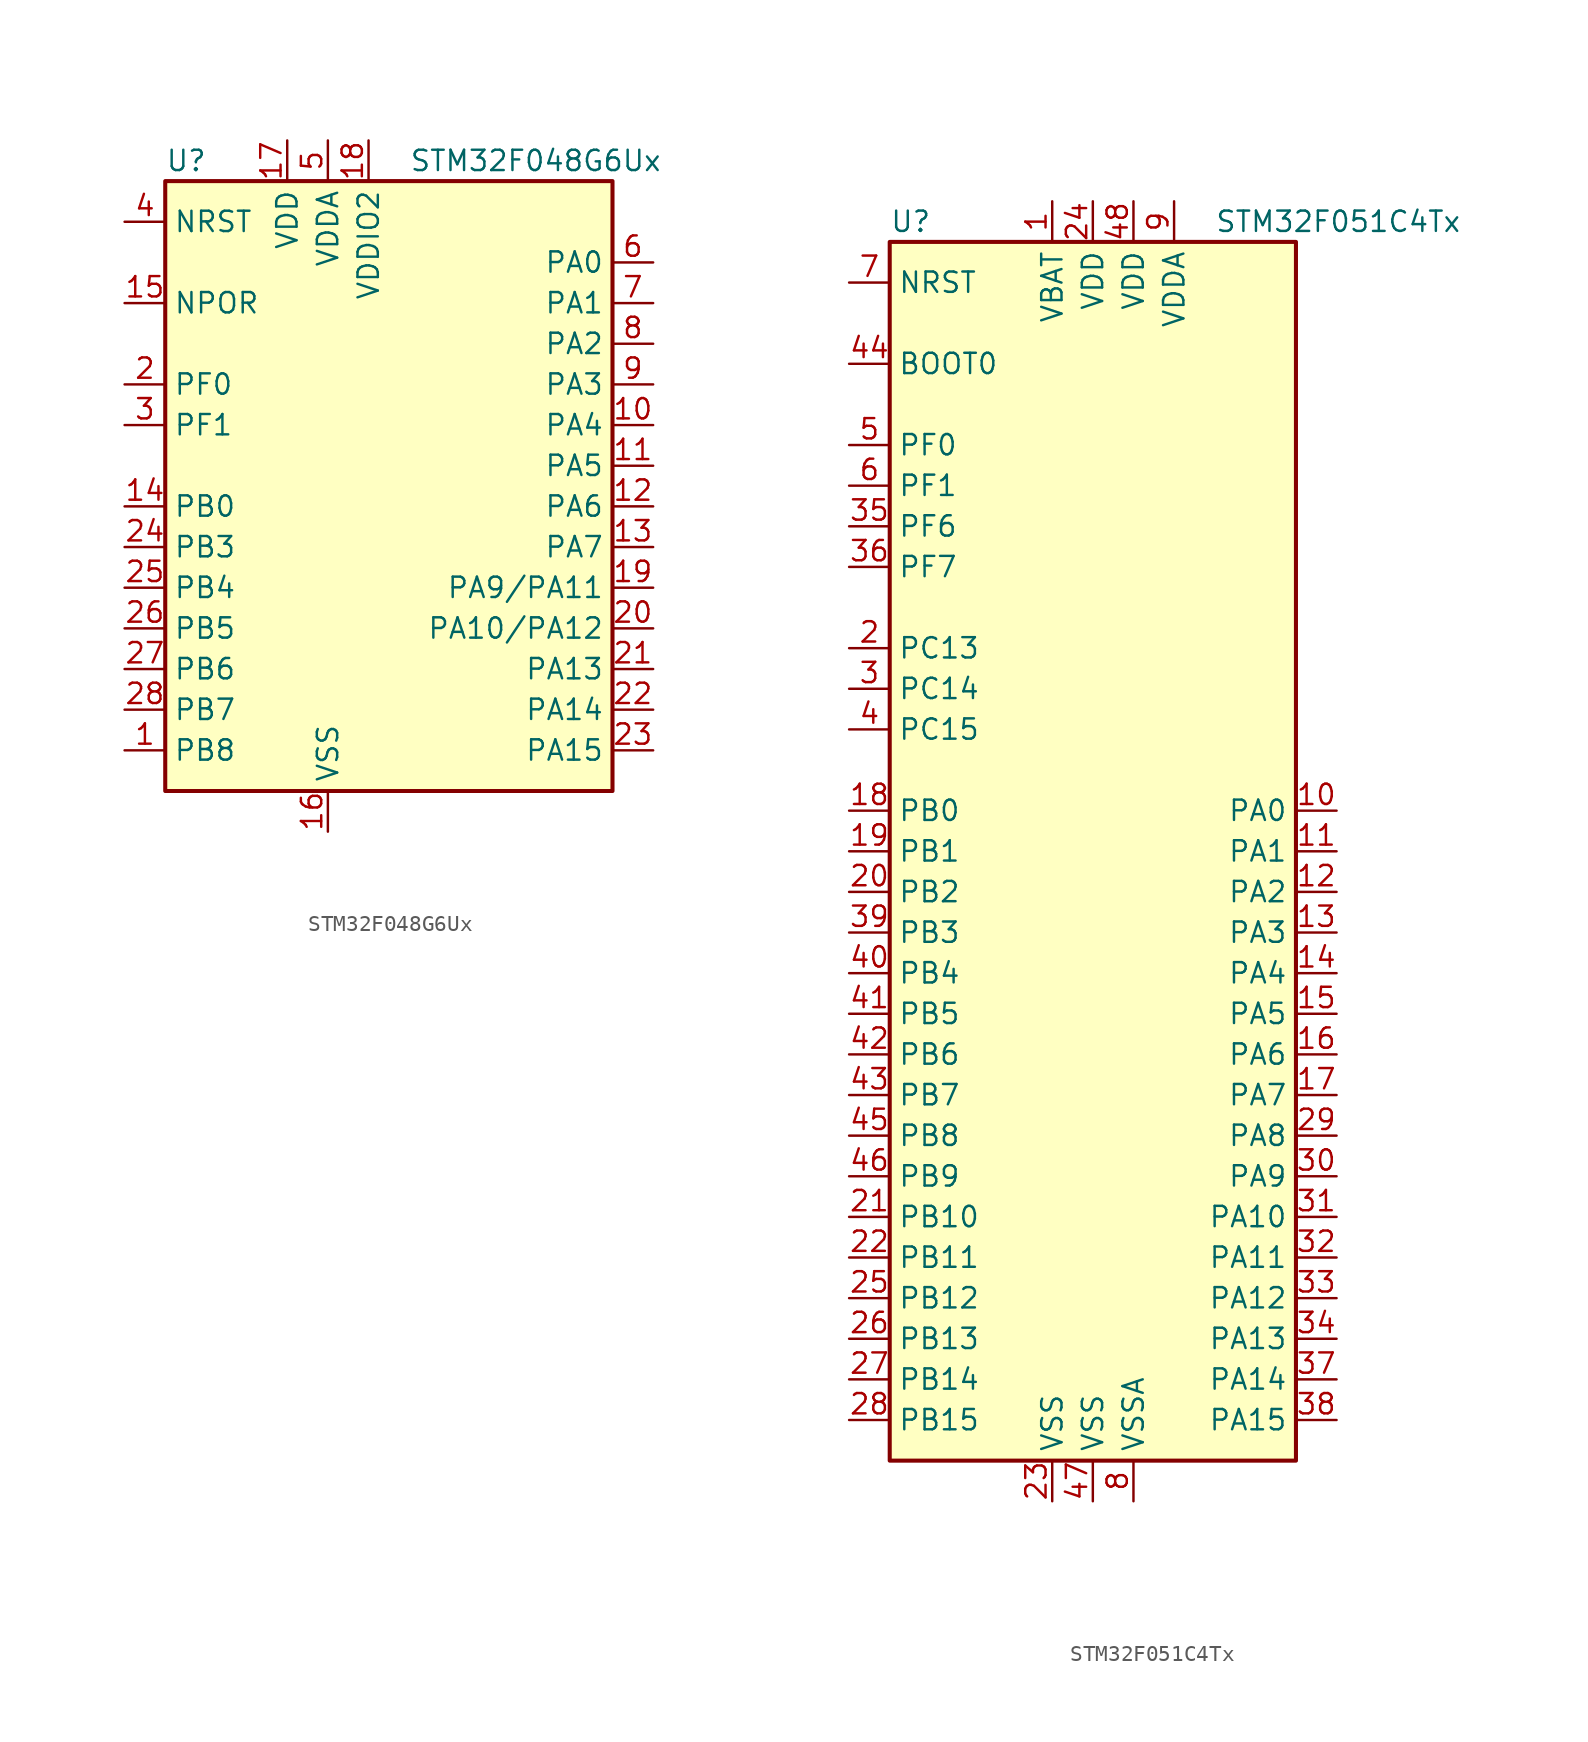
<source format=kicad_sym>
(kicad_symbol_lib
  (version 20201005)
  (generator kicad_symbol_editor)
  (symbol "MCU_ST_STM32F0:STM32F048G6Ux"
    (property "Reference" "U"
      (at -15.24 19.05 0)
      (effects (font (size 1.27 1.27)) (justify left)))
    (property "Value" "STM32F048G6Ux"
      (at 0 19.05 0)
      (effects (font (size 1.27 1.27)) (justify left)))
    (symbol "STM32F048G6Ux_0_1"
      (rectangle (start -15.24 -20.32) (end 12.7 17.78) (stroke (width 0.254)) (fill (type background))))
    (symbol "STM32F048G6Ux_1_1"
      (pin bidirectional line (at -17.78 -17.78 0) (length 2.54) (name "PB8" (effects (font (size 1.27 1.27)))) (number "1" (effects (font (size 1.27 1.27)))))
      (pin bidirectional line (at 15.24 2.54 180) (length 2.54) (name "PA4" (effects (font (size 1.27 1.27)))) (number "10" (effects (font (size 1.27 1.27)))))
      (pin bidirectional line (at 15.24 0 180) (length 2.54) (name "PA5" (effects (font (size 1.27 1.27)))) (number "11" (effects (font (size 1.27 1.27)))))
      (pin bidirectional line (at 15.24 -2.54 180) (length 2.54) (name "PA6" (effects (font (size 1.27 1.27)))) (number "12" (effects (font (size 1.27 1.27)))))
      (pin bidirectional line (at 15.24 -5.08 180) (length 2.54) (name "PA7" (effects (font (size 1.27 1.27)))) (number "13" (effects (font (size 1.27 1.27)))))
      (pin bidirectional line (at -17.78 -2.54 0) (length 2.54) (name "PB0" (effects (font (size 1.27 1.27)))) (number "14" (effects (font (size 1.27 1.27)))))
      (pin power_in line (at -17.78 10.16 0) (length 2.54) (name "NPOR" (effects (font (size 1.27 1.27)))) (number "15" (effects (font (size 1.27 1.27)))))
      (pin power_in line (at -5.08 -22.86 90) (length 2.54) (name "VSS" (effects (font (size 1.27 1.27)))) (number "16" (effects (font (size 1.27 1.27)))))
      (pin power_in line (at -7.62 20.32 270) (length 2.54) (name "VDD" (effects (font (size 1.27 1.27)))) (number "17" (effects (font (size 1.27 1.27)))))
      (pin power_in line (at -2.54 20.32 270) (length 2.54) (name "VDDIO2" (effects (font (size 1.27 1.27)))) (number "18" (effects (font (size 1.27 1.27)))))
      (pin bidirectional line (at 15.24 -7.62 180) (length 2.54) (name "PA9/PA11" (effects (font (size 1.27 1.27)))) (number "19" (effects (font (size 1.27 1.27)))))
      (pin input line (at -17.78 5.08 0) (length 2.54) (name "PF0" (effects (font (size 1.27 1.27)))) (number "2" (effects (font (size 1.27 1.27)))))
      (pin bidirectional line (at 15.24 -10.16 180) (length 2.54) (name "PA10/PA12" (effects (font (size 1.27 1.27)))) (number "20" (effects (font (size 1.27 1.27)))))
      (pin bidirectional line (at 15.24 -12.7 180) (length 2.54) (name "PA13" (effects (font (size 1.27 1.27)))) (number "21" (effects (font (size 1.27 1.27)))))
      (pin bidirectional line (at 15.24 -15.24 180) (length 2.54) (name "PA14" (effects (font (size 1.27 1.27)))) (number "22" (effects (font (size 1.27 1.27)))))
      (pin bidirectional line (at 15.24 -17.78 180) (length 2.54) (name "PA15" (effects (font (size 1.27 1.27)))) (number "23" (effects (font (size 1.27 1.27)))))
      (pin bidirectional line (at -17.78 -5.08 0) (length 2.54) (name "PB3" (effects (font (size 1.27 1.27)))) (number "24" (effects (font (size 1.27 1.27)))))
      (pin bidirectional line (at -17.78 -7.62 0) (length 2.54) (name "PB4" (effects (font (size 1.27 1.27)))) (number "25" (effects (font (size 1.27 1.27)))))
      (pin bidirectional line (at -17.78 -10.16 0) (length 2.54) (name "PB5" (effects (font (size 1.27 1.27)))) (number "26" (effects (font (size 1.27 1.27)))))
      (pin bidirectional line (at -17.78 -12.7 0) (length 2.54) (name "PB6" (effects (font (size 1.27 1.27)))) (number "27" (effects (font (size 1.27 1.27)))))
      (pin bidirectional line (at -17.78 -15.24 0) (length 2.54) (name "PB7" (effects (font (size 1.27 1.27)))) (number "28" (effects (font (size 1.27 1.27)))))
      (pin input line (at -17.78 2.54 0) (length 2.54) (name "PF1" (effects (font (size 1.27 1.27)))) (number "3" (effects (font (size 1.27 1.27)))))
      (pin input line (at -17.78 15.24 0) (length 2.54) (name "NRST" (effects (font (size 1.27 1.27)))) (number "4" (effects (font (size 1.27 1.27)))))
      (pin power_in line (at -5.08 20.32 270) (length 2.54) (name "VDDA" (effects (font (size 1.27 1.27)))) (number "5" (effects (font (size 1.27 1.27)))))
      (pin bidirectional line (at 15.24 12.7 180) (length 2.54) (name "PA0" (effects (font (size 1.27 1.27)))) (number "6" (effects (font (size 1.27 1.27)))))
      (pin bidirectional line (at 15.24 10.16 180) (length 2.54) (name "PA1" (effects (font (size 1.27 1.27)))) (number "7" (effects (font (size 1.27 1.27)))))
      (pin bidirectional line (at 15.24 7.62 180) (length 2.54) (name "PA2" (effects (font (size 1.27 1.27)))) (number "8" (effects (font (size 1.27 1.27)))))
      (pin bidirectional line (at 15.24 5.08 180) (length 2.54) (name "PA3" (effects (font (size 1.27 1.27)))) (number "9" (effects (font (size 1.27 1.27)))))))
  (symbol "MCU_ST_STM32F0:STM32F051C4Tx"
    (property "Reference" "U"
      (at -12.7 39.37 0)
      (effects (font (size 1.27 1.27)) (justify left)))
    (property "Value" "STM32F051C4Tx"
      (at 7.62 39.37 0)
      (effects (font (size 1.27 1.27)) (justify left)))
    (symbol "STM32F051C4Tx_0_1"
      (rectangle (start -12.7 -38.1) (end 12.7 38.1) (stroke (width 0.254)) (fill (type background))))
    (symbol "STM32F051C4Tx_1_1"
      (pin power_in line (at -2.54 40.64 270) (length 2.54) (name "VBAT" (effects (font (size 1.27 1.27)))) (number "1" (effects (font (size 1.27 1.27)))))
      (pin bidirectional line (at 15.24 2.54 180) (length 2.54) (name "PA0" (effects (font (size 1.27 1.27)))) (number "10" (effects (font (size 1.27 1.27)))))
      (pin bidirectional line (at 15.24 0 180) (length 2.54) (name "PA1" (effects (font (size 1.27 1.27)))) (number "11" (effects (font (size 1.27 1.27)))))
      (pin bidirectional line (at 15.24 -2.54 180) (length 2.54) (name "PA2" (effects (font (size 1.27 1.27)))) (number "12" (effects (font (size 1.27 1.27)))))
      (pin bidirectional line (at 15.24 -5.08 180) (length 2.54) (name "PA3" (effects (font (size 1.27 1.27)))) (number "13" (effects (font (size 1.27 1.27)))))
      (pin bidirectional line (at 15.24 -7.62 180) (length 2.54) (name "PA4" (effects (font (size 1.27 1.27)))) (number "14" (effects (font (size 1.27 1.27)))))
      (pin bidirectional line (at 15.24 -10.16 180) (length 2.54) (name "PA5" (effects (font (size 1.27 1.27)))) (number "15" (effects (font (size 1.27 1.27)))))
      (pin bidirectional line (at 15.24 -12.7 180) (length 2.54) (name "PA6" (effects (font (size 1.27 1.27)))) (number "16" (effects (font (size 1.27 1.27)))))
      (pin bidirectional line (at 15.24 -15.24 180) (length 2.54) (name "PA7" (effects (font (size 1.27 1.27)))) (number "17" (effects (font (size 1.27 1.27)))))
      (pin bidirectional line (at -15.24 2.54 0) (length 2.54) (name "PB0" (effects (font (size 1.27 1.27)))) (number "18" (effects (font (size 1.27 1.27)))))
      (pin bidirectional line (at -15.24 0 0) (length 2.54) (name "PB1" (effects (font (size 1.27 1.27)))) (number "19" (effects (font (size 1.27 1.27)))))
      (pin bidirectional line (at -15.24 12.7 0) (length 2.54) (name "PC13" (effects (font (size 1.27 1.27)))) (number "2" (effects (font (size 1.27 1.27)))))
      (pin bidirectional line (at -15.24 -2.54 0) (length 2.54) (name "PB2" (effects (font (size 1.27 1.27)))) (number "20" (effects (font (size 1.27 1.27)))))
      (pin bidirectional line (at -15.24 -22.86 0) (length 2.54) (name "PB10" (effects (font (size 1.27 1.27)))) (number "21" (effects (font (size 1.27 1.27)))))
      (pin bidirectional line (at -15.24 -25.4 0) (length 2.54) (name "PB11" (effects (font (size 1.27 1.27)))) (number "22" (effects (font (size 1.27 1.27)))))
      (pin power_in line (at -2.54 -40.64 90) (length 2.54) (name "VSS" (effects (font (size 1.27 1.27)))) (number "23" (effects (font (size 1.27 1.27)))))
      (pin power_in line (at 0 40.64 270) (length 2.54) (name "VDD" (effects (font (size 1.27 1.27)))) (number "24" (effects (font (size 1.27 1.27)))))
      (pin bidirectional line (at -15.24 -27.94 0) (length 2.54) (name "PB12" (effects (font (size 1.27 1.27)))) (number "25" (effects (font (size 1.27 1.27)))))
      (pin bidirectional line (at -15.24 -30.48 0) (length 2.54) (name "PB13" (effects (font (size 1.27 1.27)))) (number "26" (effects (font (size 1.27 1.27)))))
      (pin bidirectional line (at -15.24 -33.02 0) (length 2.54) (name "PB14" (effects (font (size 1.27 1.27)))) (number "27" (effects (font (size 1.27 1.27)))))
      (pin bidirectional line (at -15.24 -35.56 0) (length 2.54) (name "PB15" (effects (font (size 1.27 1.27)))) (number "28" (effects (font (size 1.27 1.27)))))
      (pin bidirectional line (at 15.24 -17.78 180) (length 2.54) (name "PA8" (effects (font (size 1.27 1.27)))) (number "29" (effects (font (size 1.27 1.27)))))
      (pin bidirectional line (at -15.24 10.16 0) (length 2.54) (name "PC14" (effects (font (size 1.27 1.27)))) (number "3" (effects (font (size 1.27 1.27)))))
      (pin bidirectional line (at 15.24 -20.32 180) (length 2.54) (name "PA9" (effects (font (size 1.27 1.27)))) (number "30" (effects (font (size 1.27 1.27)))))
      (pin bidirectional line (at 15.24 -22.86 180) (length 2.54) (name "PA10" (effects (font (size 1.27 1.27)))) (number "31" (effects (font (size 1.27 1.27)))))
      (pin bidirectional line (at 15.24 -25.4 180) (length 2.54) (name "PA11" (effects (font (size 1.27 1.27)))) (number "32" (effects (font (size 1.27 1.27)))))
      (pin bidirectional line (at 15.24 -27.94 180) (length 2.54) (name "PA12" (effects (font (size 1.27 1.27)))) (number "33" (effects (font (size 1.27 1.27)))))
      (pin bidirectional line (at 15.24 -30.48 180) (length 2.54) (name "PA13" (effects (font (size 1.27 1.27)))) (number "34" (effects (font (size 1.27 1.27)))))
      (pin bidirectional line (at -15.24 20.32 0) (length 2.54) (name "PF6" (effects (font (size 1.27 1.27)))) (number "35" (effects (font (size 1.27 1.27)))))
      (pin bidirectional line (at -15.24 17.78 0) (length 2.54) (name "PF7" (effects (font (size 1.27 1.27)))) (number "36" (effects (font (size 1.27 1.27)))))
      (pin bidirectional line (at 15.24 -33.02 180) (length 2.54) (name "PA14" (effects (font (size 1.27 1.27)))) (number "37" (effects (font (size 1.27 1.27)))))
      (pin bidirectional line (at 15.24 -35.56 180) (length 2.54) (name "PA15" (effects (font (size 1.27 1.27)))) (number "38" (effects (font (size 1.27 1.27)))))
      (pin bidirectional line (at -15.24 -5.08 0) (length 2.54) (name "PB3" (effects (font (size 1.27 1.27)))) (number "39" (effects (font (size 1.27 1.27)))))
      (pin bidirectional line (at -15.24 7.62 0) (length 2.54) (name "PC15" (effects (font (size 1.27 1.27)))) (number "4" (effects (font (size 1.27 1.27)))))
      (pin bidirectional line (at -15.24 -7.62 0) (length 2.54) (name "PB4" (effects (font (size 1.27 1.27)))) (number "40" (effects (font (size 1.27 1.27)))))
      (pin bidirectional line (at -15.24 -10.16 0) (length 2.54) (name "PB5" (effects (font (size 1.27 1.27)))) (number "41" (effects (font (size 1.27 1.27)))))
      (pin bidirectional line (at -15.24 -12.7 0) (length 2.54) (name "PB6" (effects (font (size 1.27 1.27)))) (number "42" (effects (font (size 1.27 1.27)))))
      (pin bidirectional line (at -15.24 -15.24 0) (length 2.54) (name "PB7" (effects (font (size 1.27 1.27)))) (number "43" (effects (font (size 1.27 1.27)))))
      (pin input line (at -15.24 30.48 0) (length 2.54) (name "BOOT0" (effects (font (size 1.27 1.27)))) (number "44" (effects (font (size 1.27 1.27)))))
      (pin bidirectional line (at -15.24 -17.78 0) (length 2.54) (name "PB8" (effects (font (size 1.27 1.27)))) (number "45" (effects (font (size 1.27 1.27)))))
      (pin bidirectional line (at -15.24 -20.32 0) (length 2.54) (name "PB9" (effects (font (size 1.27 1.27)))) (number "46" (effects (font (size 1.27 1.27)))))
      (pin power_in line (at 0 -40.64 90) (length 2.54) (name "VSS" (effects (font (size 1.27 1.27)))) (number "47" (effects (font (size 1.27 1.27)))))
      (pin power_in line (at 2.54 40.64 270) (length 2.54) (name "VDD" (effects (font (size 1.27 1.27)))) (number "48" (effects (font (size 1.27 1.27)))))
      (pin input line (at -15.24 25.4 0) (length 2.54) (name "PF0" (effects (font (size 1.27 1.27)))) (number "5" (effects (font (size 1.27 1.27)))))
      (pin input line (at -15.24 22.86 0) (length 2.54) (name "PF1" (effects (font (size 1.27 1.27)))) (number "6" (effects (font (size 1.27 1.27)))))
      (pin input line (at -15.24 35.56 0) (length 2.54) (name "NRST" (effects (font (size 1.27 1.27)))) (number "7" (effects (font (size 1.27 1.27)))))
      (pin power_in line (at 2.54 -40.64 90) (length 2.54) (name "VSSA" (effects (font (size 1.27 1.27)))) (number "8" (effects (font (size 1.27 1.27)))))
      (pin power_in line (at 5.08 40.64 270) (length 2.54) (name "VDDA" (effects (font (size 1.27 1.27)))) (number "9" (effects (font (size 1.27 1.27))))))))
</source>
